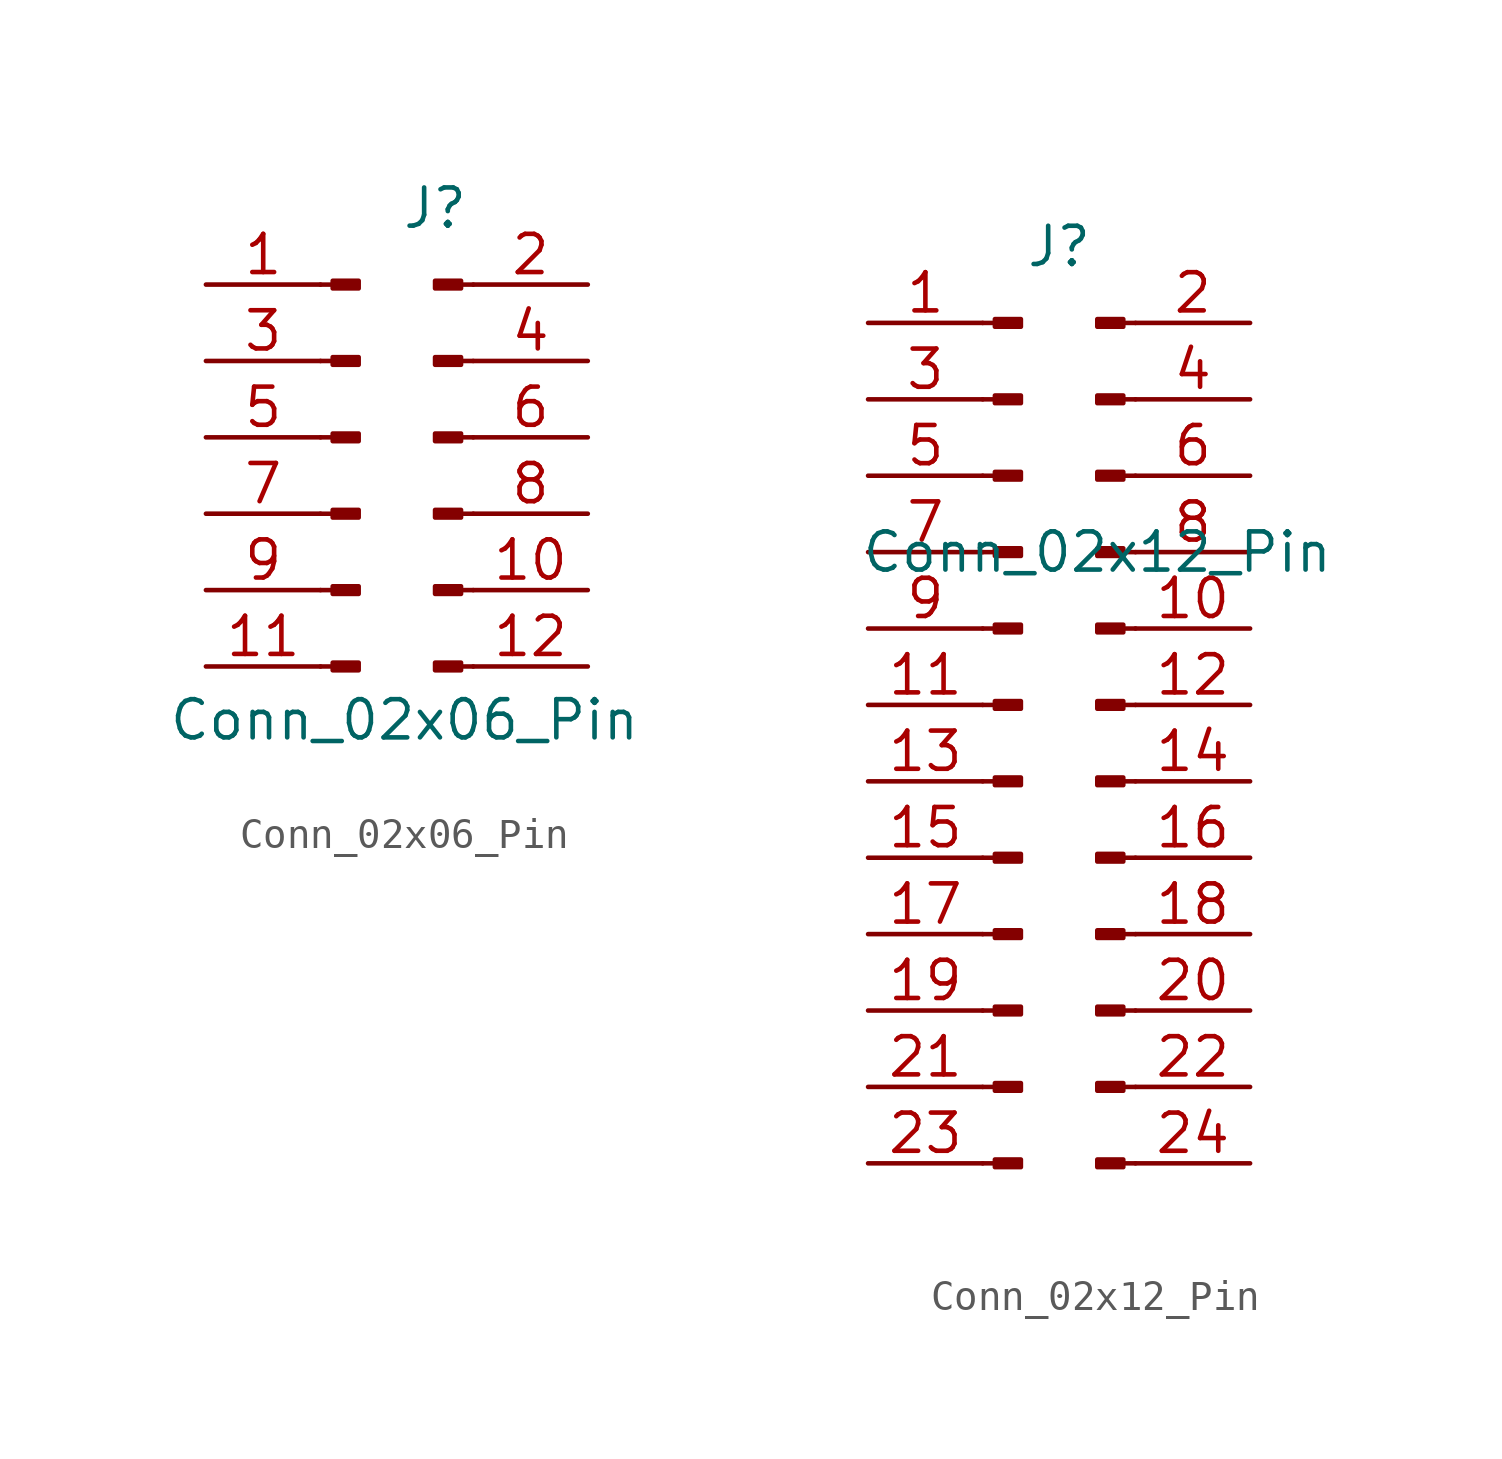
<source format=kicad_sym>
(kicad_symbol_lib
  (version 20241209)
  (generator "kicad_symbol_editor")
  (generator_version "9.0")
  (symbol "Conn_02x06_Pin"
    (pin_names
      (offset 1.016)
      (hide yes))
    (property "Reference" "J"
      (at 0 5.08 0)
      (effects (font (size 1.27 1.27))))
    (property "Value" "Conn_02x06_Pin"
      (at -1.016 -11.938 0)
      (effects (font (size 1.27 1.27))))
    (symbol "Conn_02x06_Pin_1_1"
      (polyline (pts (xy -3.81 2.54) (xy -3.404 2.54)) (stroke (width 0.152) (type default)) (fill (type none)))
      (polyline (pts (xy -3.81 0) (xy -3.404 0)) (stroke (width 0.152) (type default)) (fill (type none)))
      (polyline (pts (xy -3.81 -2.54) (xy -3.404 -2.54)) (stroke (width 0.152) (type default)) (fill (type none)))
      (polyline (pts (xy -3.81 -5.08) (xy -3.404 -5.08)) (stroke (width 0.152) (type default)) (fill (type none)))
      (polyline (pts (xy -3.81 -7.62) (xy -3.404 -7.62)) (stroke (width 0.152) (type default)) (fill (type none)))
      (polyline (pts (xy -3.81 -10.16) (xy -3.404 -10.16)) (stroke (width 0.152) (type default)) (fill (type none)))
      (rectangle (start -3.404 2.667) (end -2.54 2.413) (stroke (width 0.152) (type default)) (fill (type outline)))
      (rectangle (start -3.404 0.127) (end -2.54 -0.127) (stroke (width 0.152) (type default)) (fill (type outline)))
      (rectangle (start -3.404 -2.413) (end -2.54 -2.667) (stroke (width 0.152) (type default)) (fill (type outline)))
      (rectangle (start -3.404 -4.953) (end -2.54 -5.207) (stroke (width 0.152) (type default)) (fill (type outline)))
      (rectangle (start -3.404 -7.493) (end -2.54 -7.747) (stroke (width 0.152) (type default)) (fill (type outline)))
      (rectangle (start -3.404 -10.033) (end -2.54 -10.287) (stroke (width 0.152) (type default)) (fill (type outline)))
      (rectangle (start 0.864 2.667) (end 0 2.413) (stroke (width 0.152) (type default)) (fill (type outline)))
      (rectangle (start 0.864 0.127) (end 0 -0.127) (stroke (width 0.152) (type default)) (fill (type outline)))
      (rectangle (start 0.864 -2.413) (end 0 -2.667) (stroke (width 0.152) (type default)) (fill (type outline)))
      (rectangle (start 0.864 -4.953) (end 0 -5.207) (stroke (width 0.152) (type default)) (fill (type outline)))
      (rectangle (start 0.864 -7.493) (end 0 -7.747) (stroke (width 0.152) (type default)) (fill (type outline)))
      (rectangle (start 0.864 -10.033) (end 0 -10.287) (stroke (width 0.152) (type default)) (fill (type outline)))
      (polyline (pts (xy 1.27 2.54) (xy 0.864 2.54)) (stroke (width 0.152) (type default)) (fill (type none)))
      (polyline (pts (xy 1.27 0) (xy 0.864 0)) (stroke (width 0.152) (type default)) (fill (type none)))
      (polyline (pts (xy 1.27 -2.54) (xy 0.864 -2.54)) (stroke (width 0.152) (type default)) (fill (type none)))
      (polyline (pts (xy 1.27 -5.08) (xy 0.864 -5.08)) (stroke (width 0.152) (type default)) (fill (type none)))
      (polyline (pts (xy 1.27 -7.62) (xy 0.864 -7.62)) (stroke (width 0.152) (type default)) (fill (type none)))
      (polyline (pts (xy 1.27 -10.16) (xy 0.864 -10.16)) (stroke (width 0.152) (type default)) (fill (type none)))
      (pin passive line (at -7.62 2.54 0) (length 3.81) (name "" (effects (font (size 1.27 1.27)))) (number "1" (effects (font (size 1.27 1.27)))))
      (pin passive line (at -7.62 0 0) (length 3.81) (name "" (effects (font (size 1.27 1.27)))) (number "3" (effects (font (size 1.27 1.27)))))
      (pin passive line (at -7.62 -2.54 0) (length 3.81) (name "" (effects (font (size 1.27 1.27)))) (number "5" (effects (font (size 1.27 1.27)))))
      (pin passive line (at -7.62 -5.08 0) (length 3.81) (name "" (effects (font (size 1.27 1.27)))) (number "7" (effects (font (size 1.27 1.27)))))
      (pin passive line (at -7.62 -7.62 0) (length 3.81) (name "" (effects (font (size 1.27 1.27)))) (number "9" (effects (font (size 1.27 1.27)))))
      (pin passive line (at -7.62 -10.16 0) (length 3.81) (name "" (effects (font (size 1.27 1.27)))) (number "11" (effects (font (size 1.27 1.27)))))
      (pin passive line (at 5.08 2.54 180) (length 3.81) (name "" (effects (font (size 1.27 1.27)))) (number "2" (effects (font (size 1.27 1.27)))))
      (pin passive line (at 5.08 0 180) (length 3.81) (name "" (effects (font (size 1.27 1.27)))) (number "4" (effects (font (size 1.27 1.27)))))
      (pin passive line (at 5.08 -2.54 180) (length 3.81) (name "" (effects (font (size 1.27 1.27)))) (number "6" (effects (font (size 1.27 1.27)))))
      (pin passive line (at 5.08 -5.08 180) (length 3.81) (name "" (effects (font (size 1.27 1.27)))) (number "8" (effects (font (size 1.27 1.27)))))
      (pin passive line (at 5.08 -7.62 180) (length 3.81) (name "" (effects (font (size 1.27 1.27)))) (number "10" (effects (font (size 1.27 1.27)))))
      (pin passive line (at 5.08 -10.16 180) (length 3.81) (name "" (effects (font (size 1.27 1.27)))) (number "12" (effects (font (size 1.27 1.27)))))))
  (symbol "Conn_02x12_Pin"
    (pin_names
      (offset 1.016)
      (hide yes))
    (property "Reference" "J"
      (at 0 5.08 0)
      (effects (font (size 1.27 1.27))))
    (property "Value" "Conn_02x12_Pin"
      (at 1.27 -5.08 0)
      (effects (font (size 1.27 1.27))))
    (symbol "Conn_02x12_Pin_1_1"
      (polyline (pts (xy -2.54 2.54) (xy -2.134 2.54)) (stroke (width 0.152) (type default)) (fill (type none)))
      (polyline (pts (xy -2.54 0) (xy -2.134 0)) (stroke (width 0.152) (type default)) (fill (type none)))
      (polyline (pts (xy -2.54 -2.54) (xy -2.134 -2.54)) (stroke (width 0.152) (type default)) (fill (type none)))
      (polyline (pts (xy -2.54 -5.08) (xy -2.134 -5.08)) (stroke (width 0.152) (type default)) (fill (type none)))
      (polyline (pts (xy -2.54 -7.62) (xy -2.134 -7.62)) (stroke (width 0.152) (type default)) (fill (type none)))
      (polyline (pts (xy -2.54 -10.16) (xy -2.134 -10.16)) (stroke (width 0.152) (type default)) (fill (type none)))
      (polyline (pts (xy -2.54 -12.7) (xy -2.134 -12.7)) (stroke (width 0.152) (type default)) (fill (type none)))
      (polyline (pts (xy -2.54 -15.24) (xy -2.134 -15.24)) (stroke (width 0.152) (type default)) (fill (type none)))
      (polyline (pts (xy -2.54 -17.78) (xy -2.134 -17.78)) (stroke (width 0.152) (type default)) (fill (type none)))
      (polyline (pts (xy -2.54 -20.32) (xy -2.134 -20.32)) (stroke (width 0.152) (type default)) (fill (type none)))
      (polyline (pts (xy -2.54 -22.86) (xy -2.134 -22.86)) (stroke (width 0.152) (type default)) (fill (type none)))
      (polyline (pts (xy -2.54 -25.4) (xy -2.134 -25.4)) (stroke (width 0.152) (type default)) (fill (type none)))
      (rectangle (start -2.134 2.667) (end -1.27 2.413) (stroke (width 0.152) (type default)) (fill (type outline)))
      (rectangle (start -2.134 0.127) (end -1.27 -0.127) (stroke (width 0.152) (type default)) (fill (type outline)))
      (rectangle (start -2.134 -2.413) (end -1.27 -2.667) (stroke (width 0.152) (type default)) (fill (type outline)))
      (rectangle (start -2.134 -4.953) (end -1.27 -5.207) (stroke (width 0.152) (type default)) (fill (type outline)))
      (rectangle (start -2.134 -7.493) (end -1.27 -7.747) (stroke (width 0.152) (type default)) (fill (type outline)))
      (rectangle (start -2.134 -10.033) (end -1.27 -10.287) (stroke (width 0.152) (type default)) (fill (type outline)))
      (rectangle (start -2.134 -12.573) (end -1.27 -12.827) (stroke (width 0.152) (type default)) (fill (type outline)))
      (rectangle (start -2.134 -15.113) (end -1.27 -15.367) (stroke (width 0.152) (type default)) (fill (type outline)))
      (rectangle (start -2.134 -17.653) (end -1.27 -17.907) (stroke (width 0.152) (type default)) (fill (type outline)))
      (rectangle (start -2.134 -20.193) (end -1.27 -20.447) (stroke (width 0.152) (type default)) (fill (type outline)))
      (rectangle (start -2.134 -22.733) (end -1.27 -22.987) (stroke (width 0.152) (type default)) (fill (type outline)))
      (rectangle (start -2.134 -25.273) (end -1.27 -25.527) (stroke (width 0.152) (type default)) (fill (type outline)))
      (rectangle (start 2.134 2.667) (end 1.27 2.413) (stroke (width 0.152) (type default)) (fill (type outline)))
      (rectangle (start 2.134 0.127) (end 1.27 -0.127) (stroke (width 0.152) (type default)) (fill (type outline)))
      (rectangle (start 2.134 -2.413) (end 1.27 -2.667) (stroke (width 0.152) (type default)) (fill (type outline)))
      (rectangle (start 2.134 -4.953) (end 1.27 -5.207) (stroke (width 0.152) (type default)) (fill (type outline)))
      (rectangle (start 2.134 -7.493) (end 1.27 -7.747) (stroke (width 0.152) (type default)) (fill (type outline)))
      (rectangle (start 2.134 -10.033) (end 1.27 -10.287) (stroke (width 0.152) (type default)) (fill (type outline)))
      (rectangle (start 2.134 -12.573) (end 1.27 -12.827) (stroke (width 0.152) (type default)) (fill (type outline)))
      (rectangle (start 2.134 -15.113) (end 1.27 -15.367) (stroke (width 0.152) (type default)) (fill (type outline)))
      (rectangle (start 2.134 -17.653) (end 1.27 -17.907) (stroke (width 0.152) (type default)) (fill (type outline)))
      (rectangle (start 2.134 -20.193) (end 1.27 -20.447) (stroke (width 0.152) (type default)) (fill (type outline)))
      (rectangle (start 2.134 -22.733) (end 1.27 -22.987) (stroke (width 0.152) (type default)) (fill (type outline)))
      (rectangle (start 2.134 -25.273) (end 1.27 -25.527) (stroke (width 0.152) (type default)) (fill (type outline)))
      (polyline (pts (xy 2.54 2.54) (xy 2.134 2.54)) (stroke (width 0.152) (type default)) (fill (type none)))
      (polyline (pts (xy 2.54 0) (xy 2.134 0)) (stroke (width 0.152) (type default)) (fill (type none)))
      (polyline (pts (xy 2.54 -2.54) (xy 2.134 -2.54)) (stroke (width 0.152) (type default)) (fill (type none)))
      (polyline (pts (xy 2.54 -5.08) (xy 2.134 -5.08)) (stroke (width 0.152) (type default)) (fill (type none)))
      (polyline (pts (xy 2.54 -7.62) (xy 2.134 -7.62)) (stroke (width 0.152) (type default)) (fill (type none)))
      (polyline (pts (xy 2.54 -10.16) (xy 2.134 -10.16)) (stroke (width 0.152) (type default)) (fill (type none)))
      (polyline (pts (xy 2.54 -12.7) (xy 2.134 -12.7)) (stroke (width 0.152) (type default)) (fill (type none)))
      (polyline (pts (xy 2.54 -15.24) (xy 2.134 -15.24)) (stroke (width 0.152) (type default)) (fill (type none)))
      (polyline (pts (xy 2.54 -17.78) (xy 2.134 -17.78)) (stroke (width 0.152) (type default)) (fill (type none)))
      (polyline (pts (xy 2.54 -20.32) (xy 2.134 -20.32)) (stroke (width 0.152) (type default)) (fill (type none)))
      (polyline (pts (xy 2.54 -22.86) (xy 2.134 -22.86)) (stroke (width 0.152) (type default)) (fill (type none)))
      (polyline (pts (xy 2.54 -25.4) (xy 2.134 -25.4)) (stroke (width 0.152) (type default)) (fill (type none)))
      (pin passive line (at -6.35 2.54 0) (length 3.81) (name "" (effects (font (size 1.27 1.27)))) (number "1" (effects (font (size 1.27 1.27)))))
      (pin passive line (at -6.35 0 0) (length 3.81) (name "" (effects (font (size 1.27 1.27)))) (number "3" (effects (font (size 1.27 1.27)))))
      (pin passive line (at -6.35 -2.54 0) (length 3.81) (name "" (effects (font (size 1.27 1.27)))) (number "5" (effects (font (size 1.27 1.27)))))
      (pin passive line (at -6.35 -5.08 0) (length 3.81) (name "" (effects (font (size 1.27 1.27)))) (number "7" (effects (font (size 1.27 1.27)))))
      (pin passive line (at -6.35 -7.62 0) (length 3.81) (name "" (effects (font (size 1.27 1.27)))) (number "9" (effects (font (size 1.27 1.27)))))
      (pin passive line (at -6.35 -10.16 0) (length 3.81) (name "" (effects (font (size 1.27 1.27)))) (number "11" (effects (font (size 1.27 1.27)))))
      (pin passive line (at -6.35 -12.7 0) (length 3.81) (name "" (effects (font (size 1.27 1.27)))) (number "13" (effects (font (size 1.27 1.27)))))
      (pin passive line (at -6.35 -15.24 0) (length 3.81) (name "" (effects (font (size 1.27 1.27)))) (number "15" (effects (font (size 1.27 1.27)))))
      (pin passive line (at -6.35 -17.78 0) (length 3.81) (name "" (effects (font (size 1.27 1.27)))) (number "17" (effects (font (size 1.27 1.27)))))
      (pin passive line (at -6.35 -20.32 0) (length 3.81) (name "" (effects (font (size 1.27 1.27)))) (number "19" (effects (font (size 1.27 1.27)))))
      (pin passive line (at -6.35 -22.86 0) (length 3.81) (name "" (effects (font (size 1.27 1.27)))) (number "21" (effects (font (size 1.27 1.27)))))
      (pin passive line (at -6.35 -25.4 0) (length 3.81) (name "" (effects (font (size 1.27 1.27)))) (number "23" (effects (font (size 1.27 1.27)))))
      (pin passive line (at 6.35 2.54 180) (length 3.81) (name "" (effects (font (size 1.27 1.27)))) (number "2" (effects (font (size 1.27 1.27)))))
      (pin passive line (at 6.35 0 180) (length 3.81) (name "" (effects (font (size 1.27 1.27)))) (number "4" (effects (font (size 1.27 1.27)))))
      (pin passive line (at 6.35 -2.54 180) (length 3.81) (name "" (effects (font (size 1.27 1.27)))) (number "6" (effects (font (size 1.27 1.27)))))
      (pin passive line (at 6.35 -5.08 180) (length 3.81) (name "" (effects (font (size 1.27 1.27)))) (number "8" (effects (font (size 1.27 1.27)))))
      (pin passive line (at 6.35 -7.62 180) (length 3.81) (name "" (effects (font (size 1.27 1.27)))) (number "10" (effects (font (size 1.27 1.27)))))
      (pin passive line (at 6.35 -10.16 180) (length 3.81) (name "" (effects (font (size 1.27 1.27)))) (number "12" (effects (font (size 1.27 1.27)))))
      (pin passive line (at 6.35 -12.7 180) (length 3.81) (name "" (effects (font (size 1.27 1.27)))) (number "14" (effects (font (size 1.27 1.27)))))
      (pin passive line (at 6.35 -15.24 180) (length 3.81) (name "" (effects (font (size 1.27 1.27)))) (number "16" (effects (font (size 1.27 1.27)))))
      (pin passive line (at 6.35 -17.78 180) (length 3.81) (name "" (effects (font (size 1.27 1.27)))) (number "18" (effects (font (size 1.27 1.27)))))
      (pin passive line (at 6.35 -20.32 180) (length 3.81) (name "" (effects (font (size 1.27 1.27)))) (number "20" (effects (font (size 1.27 1.27)))))
      (pin passive line (at 6.35 -22.86 180) (length 3.81) (name "" (effects (font (size 1.27 1.27)))) (number "22" (effects (font (size 1.27 1.27)))))
      (pin passive line (at 6.35 -25.4 180) (length 3.81) (name "" (effects (font (size 1.27 1.27)))) (number "24" (effects (font (size 1.27 1.27))))))))
</source>
